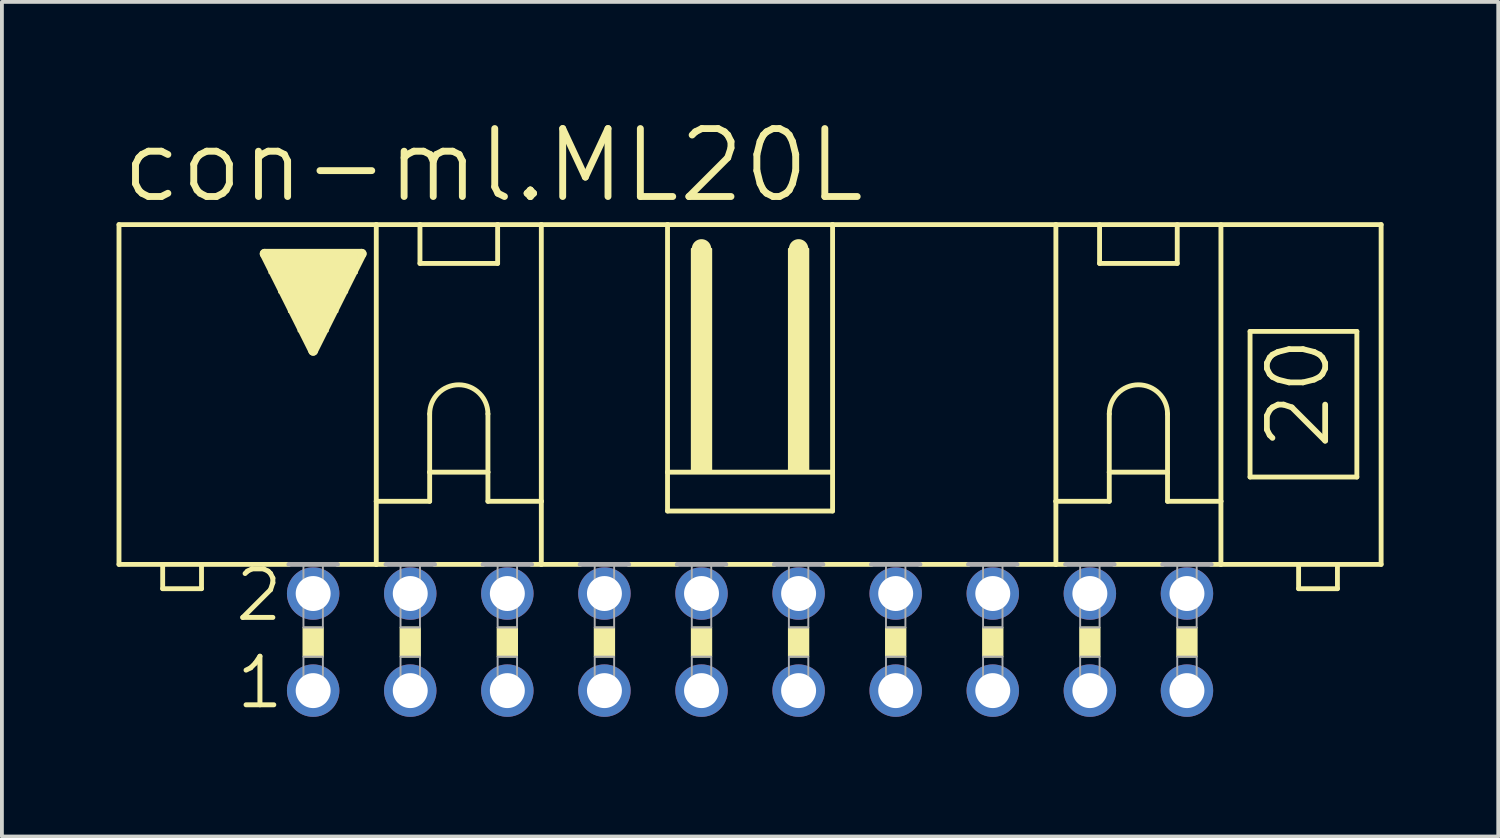
<source format=kicad_pcb>
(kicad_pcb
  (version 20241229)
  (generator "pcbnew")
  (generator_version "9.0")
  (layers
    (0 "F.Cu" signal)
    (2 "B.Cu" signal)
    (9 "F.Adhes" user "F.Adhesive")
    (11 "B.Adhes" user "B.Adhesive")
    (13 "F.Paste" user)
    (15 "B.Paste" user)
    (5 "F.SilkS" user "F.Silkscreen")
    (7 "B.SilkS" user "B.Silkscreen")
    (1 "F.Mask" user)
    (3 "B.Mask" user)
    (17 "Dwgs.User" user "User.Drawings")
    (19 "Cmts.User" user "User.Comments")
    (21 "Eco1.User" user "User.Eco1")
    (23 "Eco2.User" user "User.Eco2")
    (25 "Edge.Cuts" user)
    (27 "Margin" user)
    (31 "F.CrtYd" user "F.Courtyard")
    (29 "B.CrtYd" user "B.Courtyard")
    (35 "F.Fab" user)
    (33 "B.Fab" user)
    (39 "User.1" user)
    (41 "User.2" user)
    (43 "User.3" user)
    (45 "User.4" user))
  (footprint "con-ml.ML20L"
    (layer "F.Cu")
    (at 16.573 13.748)
    (property "Reference" "con-ml.ML20L" (at -16.535 -11.43 0) (layer "F.SilkS") (effects (font (size 1.778 1.778) (thickness 0.18)) (justify left bottom)))
    (attr through_hole)
    (fp_line (start -16.51 -2.032) (end -16.51 -10.922) (stroke (width 0.127) (type default)) (layer "F.SilkS"))
    (fp_line (start -16.51 -2.032) (end -15.367 -2.032) (stroke (width 0.127) (type default)) (layer "F.SilkS"))
    (fp_line (start -15.367 -2.032) (end -15.367 -1.397) (stroke (width 0.127) (type default)) (layer "F.SilkS"))
    (fp_line (start -15.367 -2.032) (end -14.351 -2.032) (stroke (width 0.127) (type default)) (layer "F.SilkS"))
    (fp_line (start -14.351 -2.032) (end -12.065 -2.032) (stroke (width 0.127) (type default)) (layer "F.SilkS"))
    (fp_line (start -14.351 -1.397) (end -15.367 -1.397) (stroke (width 0.127) (type default)) (layer "F.SilkS"))
    (fp_line (start -14.351 -1.397) (end -14.351 -2.032) (stroke (width 0.127) (type default)) (layer "F.SilkS"))
    (fp_line (start -12.7 -10.16) (end -10.16 -10.16) (stroke (width 0.254) (type default)) (layer "F.SilkS"))
    (fp_line (start -11.43 -7.62) (end -12.7 -10.16) (stroke (width 0.254) (type default)) (layer "F.SilkS"))
    (fp_line (start -10.795 -2.032) (end -9.779 -2.032) (stroke (width 0.127) (type default)) (layer "F.SilkS"))
    (fp_line (start -10.16 -10.16) (end -11.43 -7.62) (stroke (width 0.254) (type default)) (layer "F.SilkS"))
    (fp_line (start -9.779 -10.922) (end -16.51 -10.922) (stroke (width 0.127) (type default)) (layer "F.SilkS"))
    (fp_line (start -9.779 -10.922) (end -8.636 -10.922) (stroke (width 0.127) (type default)) (layer "F.SilkS"))
    (fp_line (start -9.779 -3.683) (end -9.779 -10.922) (stroke (width 0.127) (type default)) (layer "F.SilkS"))
    (fp_line (start -9.779 -3.683) (end -9.779 -2.032) (stroke (width 0.127) (type default)) (layer "F.SilkS"))
    (fp_line (start -9.779 -3.683) (end -8.382 -3.683) (stroke (width 0.127) (type default)) (layer "F.SilkS"))
    (fp_line (start -9.779 -2.032) (end -9.525 -2.032) (stroke (width 0.127) (type default)) (layer "F.SilkS"))
    (fp_line (start -8.636 -10.922) (end -6.604 -10.922) (stroke (width 0.127) (type default)) (layer "F.SilkS"))
    (fp_line (start -8.636 -9.906) (end -8.636 -10.922) (stroke (width 0.127) (type default)) (layer "F.SilkS"))
    (fp_line (start -8.636 -9.906) (end -6.604 -9.906) (stroke (width 0.127) (type default)) (layer "F.SilkS"))
    (fp_line (start -8.382 -5.969) (end -8.382 -4.445) (stroke (width 0.127) (type default)) (layer "F.SilkS"))
    (fp_line (start -8.382 -4.445) (end -8.382 -3.683) (stroke (width 0.127) (type default)) (layer "F.SilkS"))
    (fp_line (start -8.382 -4.445) (end -6.858 -4.445) (stroke (width 0.127) (type default)) (layer "F.SilkS"))
    (fp_line (start -8.255 -2.032) (end -6.985 -2.032) (stroke (width 0.127) (type default)) (layer "F.SilkS"))
    (fp_line (start -6.858 -5.969) (end -6.858 -4.445) (stroke (width 0.127) (type default)) (layer "F.SilkS"))
    (fp_line (start -6.858 -4.445) (end -6.858 -3.683) (stroke (width 0.127) (type default)) (layer "F.SilkS"))
    (fp_line (start -6.858 -3.683) (end -5.461 -3.683) (stroke (width 0.127) (type default)) (layer "F.SilkS"))
    (fp_line (start -6.604 -10.922) (end -6.604 -9.906) (stroke (width 0.127) (type default)) (layer "F.SilkS"))
    (fp_line (start -6.604 -10.922) (end -5.461 -10.922) (stroke (width 0.127) (type default)) (layer "F.SilkS"))
    (fp_line (start -5.461 -10.922) (end -2.159 -10.922) (stroke (width 0.127) (type default)) (layer "F.SilkS"))
    (fp_line (start -5.461 -3.683) (end -5.461 -10.922) (stroke (width 0.127) (type default)) (layer "F.SilkS"))
    (fp_line (start -5.461 -3.683) (end -5.461 -2.032) (stroke (width 0.127) (type default)) (layer "F.SilkS"))
    (fp_line (start -5.461 -2.032) (end -5.715 -2.032) (stroke (width 0.127) (type default)) (layer "F.SilkS"))
    (fp_line (start -5.461 -2.032) (end -4.445 -2.032) (stroke (width 0.127) (type default)) (layer "F.SilkS"))
    (fp_line (start -3.175 -2.032) (end -1.905 -2.032) (stroke (width 0.127) (type default)) (layer "F.SilkS"))
    (fp_line (start -2.159 -10.922) (end -2.159 -4.445) (stroke (width 0.127) (type default)) (layer "F.SilkS"))
    (fp_line (start -2.159 -10.922) (end 2.159 -10.922) (stroke (width 0.127) (type default)) (layer "F.SilkS"))
    (fp_line (start -2.159 -4.445) (end -2.159 -3.429) (stroke (width 0.127) (type default)) (layer "F.SilkS"))
    (fp_line (start -1.27 -10.033) (end -1.27 -10.287) (stroke (width 0.508) (type default)) (layer "F.SilkS"))
    (fp_line (start -0.635 -2.032) (end 0.635 -2.032) (stroke (width 0.127) (type default)) (layer "F.SilkS"))
    (fp_line (start 1.27 -10.033) (end 1.27 -10.287) (stroke (width 0.508) (type default)) (layer "F.SilkS"))
    (fp_line (start 1.905 -2.032) (end 3.175 -2.032) (stroke (width 0.127) (type default)) (layer "F.SilkS"))
    (fp_line (start 2.159 -10.922) (end 2.159 -4.445) (stroke (width 0.127) (type default)) (layer "F.SilkS"))
    (fp_line (start 2.159 -10.922) (end 8.001 -10.922) (stroke (width 0.127) (type default)) (layer "F.SilkS"))
    (fp_line (start 2.159 -4.445) (end -2.159 -4.445) (stroke (width 0.127) (type default)) (layer "F.SilkS"))
    (fp_line (start 2.159 -4.445) (end 2.159 -3.429) (stroke (width 0.127) (type default)) (layer "F.SilkS"))
    (fp_line (start 2.159 -3.429) (end -2.159 -3.429) (stroke (width 0.127) (type default)) (layer "F.SilkS"))
    (fp_line (start 4.445 -2.032) (end 5.715 -2.032) (stroke (width 0.127) (type default)) (layer "F.SilkS"))
    (fp_line (start 6.985 -2.032) (end 8.001 -2.032) (stroke (width 0.127) (type default)) (layer "F.SilkS"))
    (fp_line (start 8.001 -10.922) (end 16.51 -10.922) (stroke (width 0.127) (type default)) (layer "F.SilkS"))
    (fp_line (start 8.001 -3.683) (end 8.001 -10.922) (stroke (width 0.127) (type default)) (layer "F.SilkS"))
    (fp_line (start 8.001 -3.683) (end 8.001 -2.032) (stroke (width 0.127) (type default)) (layer "F.SilkS"))
    (fp_line (start 8.001 -3.683) (end 9.398 -3.683) (stroke (width 0.127) (type default)) (layer "F.SilkS"))
    (fp_line (start 8.001 -2.032) (end 8.255 -2.032) (stroke (width 0.127) (type default)) (layer "F.SilkS"))
    (fp_line (start 9.144 -9.906) (end 9.144 -10.922) (stroke (width 0.127) (type default)) (layer "F.SilkS"))
    (fp_line (start 9.144 -9.906) (end 11.176 -9.906) (stroke (width 0.127) (type default)) (layer "F.SilkS"))
    (fp_line (start 9.398 -5.969) (end 9.398 -4.445) (stroke (width 0.127) (type default)) (layer "F.SilkS"))
    (fp_line (start 9.398 -4.445) (end 9.398 -3.683) (stroke (width 0.127) (type default)) (layer "F.SilkS"))
    (fp_line (start 9.398 -4.445) (end 10.922 -4.445) (stroke (width 0.127) (type default)) (layer "F.SilkS"))
    (fp_line (start 9.525 -2.032) (end 10.795 -2.032) (stroke (width 0.127) (type default)) (layer "F.SilkS"))
    (fp_line (start 10.922 -5.969) (end 10.922 -4.445) (stroke (width 0.127) (type default)) (layer "F.SilkS"))
    (fp_line (start 10.922 -4.445) (end 10.922 -3.683) (stroke (width 0.127) (type default)) (layer "F.SilkS"))
    (fp_line (start 10.922 -3.683) (end 12.319 -3.683) (stroke (width 0.127) (type default)) (layer "F.SilkS"))
    (fp_line (start 11.176 -10.922) (end 11.176 -9.906) (stroke (width 0.127) (type default)) (layer "F.SilkS"))
    (fp_line (start 12.319 -3.683) (end 12.319 -10.922) (stroke (width 0.127) (type default)) (layer "F.SilkS"))
    (fp_line (start 12.319 -3.683) (end 12.319 -2.032) (stroke (width 0.127) (type default)) (layer "F.SilkS"))
    (fp_line (start 12.319 -2.032) (end 12.065 -2.032) (stroke (width 0.127) (type default)) (layer "F.SilkS"))
    (fp_line (start 13.081 -8.128) (end 13.081 -4.318) (stroke (width 0.127) (type default)) (layer "F.SilkS"))
    (fp_line (start 13.081 -8.128) (end 15.875 -8.128) (stroke (width 0.127) (type default)) (layer "F.SilkS"))
    (fp_line (start 13.081 -4.318) (end 15.875 -4.318) (stroke (width 0.127) (type default)) (layer "F.SilkS"))
    (fp_line (start 14.351 -2.032) (end 12.319 -2.032) (stroke (width 0.127) (type default)) (layer "F.SilkS"))
    (fp_line (start 14.351 -2.032) (end 14.351 -1.397) (stroke (width 0.127) (type default)) (layer "F.SilkS"))
    (fp_line (start 15.367 -2.032) (end 14.351 -2.032) (stroke (width 0.127) (type default)) (layer "F.SilkS"))
    (fp_line (start 15.367 -1.397) (end 14.351 -1.397) (stroke (width 0.127) (type default)) (layer "F.SilkS"))
    (fp_line (start 15.367 -1.397) (end 15.367 -2.032) (stroke (width 0.127) (type default)) (layer "F.SilkS"))
    (fp_line (start 15.875 -4.318) (end 15.875 -8.128) (stroke (width 0.127) (type default)) (layer "F.SilkS"))
    (fp_line (start 16.51 -2.032) (end 15.367 -2.032) (stroke (width 0.127) (type default)) (layer "F.SilkS"))
    (fp_line (start 16.51 -2.032) (end 16.51 -10.922) (stroke (width 0.127) (type default)) (layer "F.SilkS"))
    (fp_rect (start -12.573 -9.652) (end -10.287 -10.16) (stroke (width 0.05) (type default)) (fill yes) (layer "F.SilkS"))
    (fp_rect (start -12.319 -9.144) (end -10.541 -9.652) (stroke (width 0.05) (type default)) (fill yes) (layer "F.SilkS"))
    (fp_rect (start -12.065 -8.636) (end -10.795 -9.144) (stroke (width 0.05) (type default)) (fill yes) (layer "F.SilkS"))
    (fp_rect (start -11.811 -8.128) (end -11.049 -8.636) (stroke (width 0.05) (type default)) (fill yes) (layer "F.SilkS"))
    (fp_rect (start -11.684 0.381) (end -11.176 -0.381) (stroke (width 0.05) (type default)) (fill yes) (layer "F.SilkS"))
    (fp_rect (start -11.557 -7.874) (end -11.303 -8.128) (stroke (width 0.05) (type default)) (fill yes) (layer "F.SilkS"))
    (fp_rect (start -9.144 0.381) (end -8.636 -0.381) (stroke (width 0.05) (type default)) (fill yes) (layer "F.SilkS"))
    (fp_rect (start -6.604 0.381) (end -6.096 -0.381) (stroke (width 0.05) (type default)) (fill yes) (layer "F.SilkS"))
    (fp_rect (start -4.064 0.381) (end -3.556 -0.381) (stroke (width 0.05) (type default)) (fill yes) (layer "F.SilkS"))
    (fp_rect (start -1.524 -4.445) (end -1.016 -10.287) (stroke (width 0.05) (type default)) (fill yes) (layer "F.SilkS"))
    (fp_rect (start -1.524 0.381) (end -1.016 -0.381) (stroke (width 0.05) (type default)) (fill yes) (layer "F.SilkS"))
    (fp_rect (start 1.016 -4.445) (end 1.524 -10.287) (stroke (width 0.05) (type default)) (fill yes) (layer "F.SilkS"))
    (fp_rect (start 1.016 0.381) (end 1.524 -0.381) (stroke (width 0.05) (type default)) (fill yes) (layer "F.SilkS"))
    (fp_rect (start 3.556 0.381) (end 4.064 -0.381) (stroke (width 0.05) (type default)) (fill yes) (layer "F.SilkS"))
    (fp_rect (start 6.096 0.381) (end 6.604 -0.381) (stroke (width 0.05) (type default)) (fill yes) (layer "F.SilkS"))
    (fp_rect (start 8.636 0.381) (end 9.144 -0.381) (stroke (width 0.05) (type default)) (fill yes) (layer "F.SilkS"))
    (fp_rect (start 11.176 0.381) (end 11.684 -0.381) (stroke (width 0.05) (type default)) (fill yes) (layer "F.SilkS"))
    (fp_arc (start -8.382 -5.969) (mid -7.62 -6.731) (end -6.858 -5.969) (stroke (width 0.127) (type default)) (layer "F.SilkS"))
    (fp_arc (start 9.398 -5.969) (mid 10.16 -6.731) (end 10.922 -5.969) (stroke (width 0.127) (type default)) (layer "F.SilkS"))
    (fp_line (start -12.065 -2.032) (end -10.795 -2.032) (stroke (width 0.127) (type default)) (layer "F.Fab"))
    (fp_line (start -9.525 -2.032) (end -8.255 -2.032) (stroke (width 0.127) (type default)) (layer "F.Fab"))
    (fp_line (start -6.985 -2.032) (end -5.715 -2.032) (stroke (width 0.127) (type default)) (layer "F.Fab"))
    (fp_line (start -4.445 -2.032) (end -3.175 -2.032) (stroke (width 0.127) (type default)) (layer "F.Fab"))
    (fp_line (start -0.635 -2.032) (end -1.905 -2.032) (stroke (width 0.127) (type default)) (layer "F.Fab"))
    (fp_line (start 1.905 -2.032) (end 0.635 -2.032) (stroke (width 0.127) (type default)) (layer "F.Fab"))
    (fp_line (start 4.445 -2.032) (end 3.175 -2.032) (stroke (width 0.127) (type default)) (layer "F.Fab"))
    (fp_line (start 6.985 -2.032) (end 5.715 -2.032) (stroke (width 0.127) (type default)) (layer "F.Fab"))
    (fp_line (start 9.525 -2.032) (end 8.255 -2.032) (stroke (width 0.127) (type default)) (layer "F.Fab"))
    (fp_line (start 12.065 -2.032) (end 10.795 -2.032) (stroke (width 0.127) (type default)) (layer "F.Fab"))
    (fp_rect (start -11.684 -0.381) (end -11.176 -2.032) (stroke (width 0.05) (type default)) (fill no) (layer "F.Fab"))
    (fp_rect (start -11.684 1.524) (end -11.176 0.381) (stroke (width 0.05) (type default)) (fill no) (layer "F.Fab"))
    (fp_rect (start -9.144 -0.381) (end -8.636 -2.032) (stroke (width 0.05) (type default)) (fill no) (layer "F.Fab"))
    (fp_rect (start -9.144 1.524) (end -8.636 0.381) (stroke (width 0.05) (type default)) (fill no) (layer "F.Fab"))
    (fp_rect (start -6.604 -0.381) (end -6.096 -2.032) (stroke (width 0.05) (type default)) (fill no) (layer "F.Fab"))
    (fp_rect (start -6.604 1.524) (end -6.096 0.381) (stroke (width 0.05) (type default)) (fill no) (layer "F.Fab"))
    (fp_rect (start -4.064 -0.381) (end -3.556 -2.032) (stroke (width 0.05) (type default)) (fill no) (layer "F.Fab"))
    (fp_rect (start -4.064 1.524) (end -3.556 0.381) (stroke (width 0.05) (type default)) (fill no) (layer "F.Fab"))
    (fp_rect (start -1.524 -0.381) (end -1.016 -2.032) (stroke (width 0.05) (type default)) (fill no) (layer "F.Fab"))
    (fp_rect (start -1.524 1.524) (end -1.016 0.381) (stroke (width 0.05) (type default)) (fill no) (layer "F.Fab"))
    (fp_rect (start 1.016 -0.381) (end 1.524 -2.032) (stroke (width 0.05) (type default)) (fill no) (layer "F.Fab"))
    (fp_rect (start 1.016 1.524) (end 1.524 0.381) (stroke (width 0.05) (type default)) (fill no) (layer "F.Fab"))
    (fp_rect (start 3.556 -0.381) (end 4.064 -2.032) (stroke (width 0.05) (type default)) (fill no) (layer "F.Fab"))
    (fp_rect (start 3.556 1.524) (end 4.064 0.381) (stroke (width 0.05) (type default)) (fill no) (layer "F.Fab"))
    (fp_rect (start 6.096 -0.381) (end 6.604 -2.032) (stroke (width 0.05) (type default)) (fill no) (layer "F.Fab"))
    (fp_rect (start 6.096 1.524) (end 6.604 0.381) (stroke (width 0.05) (type default)) (fill no) (layer "F.Fab"))
    (fp_rect (start 8.636 -0.381) (end 9.144 -2.032) (stroke (width 0.05) (type default)) (fill no) (layer "F.Fab"))
    (fp_rect (start 8.636 1.524) (end 9.144 0.381) (stroke (width 0.05) (type default)) (fill no) (layer "F.Fab"))
    (fp_rect (start 11.176 -0.381) (end 11.684 -2.032) (stroke (width 0.05) (type default)) (fill no) (layer "F.Fab"))
    (fp_rect (start 11.176 1.524) (end 11.684 0.381) (stroke (width 0.05) (type default)) (fill no) (layer "F.Fab"))
    (fp_text user "2" (at -13.538 -0.483 0) (layer "F.SilkS") (effects (font (size 1.27 1.27) (thickness 0.13)) (justify left bottom)))
    (fp_text user "1" (at -13.513 1.803 0) (layer "F.SilkS") (effects (font (size 1.27 1.27) (thickness 0.13)) (justify left bottom)))
    (fp_text user "20" (at 15.24 -4.953 90) (layer "F.SilkS") (effects (font (size 1.524 1.524) (thickness 0.15)) (justify left bottom)))
    (pad "1" thru_hole circle (at -11.43 1.27) (size 1.372 1.372) (drill 0.914) (layers "*.Cu" "*.Mask"))
    (pad "2" thru_hole circle (at -11.43 -1.27) (size 1.372 1.372) (drill 0.914) (layers "*.Cu" "*.Mask"))
    (pad "3" thru_hole circle (at -8.89 1.27) (size 1.372 1.372) (drill 0.914) (layers "*.Cu" "*.Mask"))
    (pad "4" thru_hole circle (at -8.89 -1.27) (size 1.372 1.372) (drill 0.914) (layers "*.Cu" "*.Mask"))
    (pad "5" thru_hole circle (at -6.35 1.27) (size 1.372 1.372) (drill 0.914) (layers "*.Cu" "*.Mask"))
    (pad "6" thru_hole circle (at -6.35 -1.27) (size 1.372 1.372) (drill 0.914) (layers "*.Cu" "*.Mask"))
    (pad "7" thru_hole circle (at -3.81 1.27) (size 1.372 1.372) (drill 0.914) (layers "*.Cu" "*.Mask"))
    (pad "8" thru_hole circle (at -3.81 -1.27) (size 1.372 1.372) (drill 0.914) (layers "*.Cu" "*.Mask"))
    (pad "9" thru_hole circle (at -1.27 1.27) (size 1.372 1.372) (drill 0.914) (layers "*.Cu" "*.Mask"))
    (pad "10" thru_hole circle (at -1.27 -1.27) (size 1.372 1.372) (drill 0.914) (layers "*.Cu" "*.Mask"))
    (pad "11" thru_hole circle (at 1.27 1.27) (size 1.372 1.372) (drill 0.914) (layers "*.Cu" "*.Mask"))
    (pad "12" thru_hole circle (at 1.27 -1.27) (size 1.372 1.372) (drill 0.914) (layers "*.Cu" "*.Mask"))
    (pad "13" thru_hole circle (at 3.81 1.27) (size 1.372 1.372) (drill 0.914) (layers "*.Cu" "*.Mask"))
    (pad "14" thru_hole circle (at 3.81 -1.27) (size 1.372 1.372) (drill 0.914) (layers "*.Cu" "*.Mask"))
    (pad "15" thru_hole circle (at 6.35 1.27) (size 1.372 1.372) (drill 0.914) (layers "*.Cu" "*.Mask"))
    (pad "16" thru_hole circle (at 6.35 -1.27) (size 1.372 1.372) (drill 0.914) (layers "*.Cu" "*.Mask"))
    (pad "17" thru_hole circle (at 8.89 1.27) (size 1.372 1.372) (drill 0.914) (layers "*.Cu" "*.Mask"))
    (pad "18" thru_hole circle (at 8.89 -1.27) (size 1.372 1.372) (drill 0.914) (layers "*.Cu" "*.Mask"))
    (pad "19" thru_hole circle (at 11.43 1.27) (size 1.372 1.372) (drill 0.914) (layers "*.Cu" "*.Mask"))
    (pad "20" thru_hole circle (at 11.43 -1.27) (size 1.372 1.372) (drill 0.914) (layers "*.Cu" "*.Mask")))
  (gr_rect
    (start -3 -3)
    (end 36.147 18.834)
    (stroke (width 0.1) (type default))
    (fill no)
    (layer "Edge.Cuts")))
</source>
